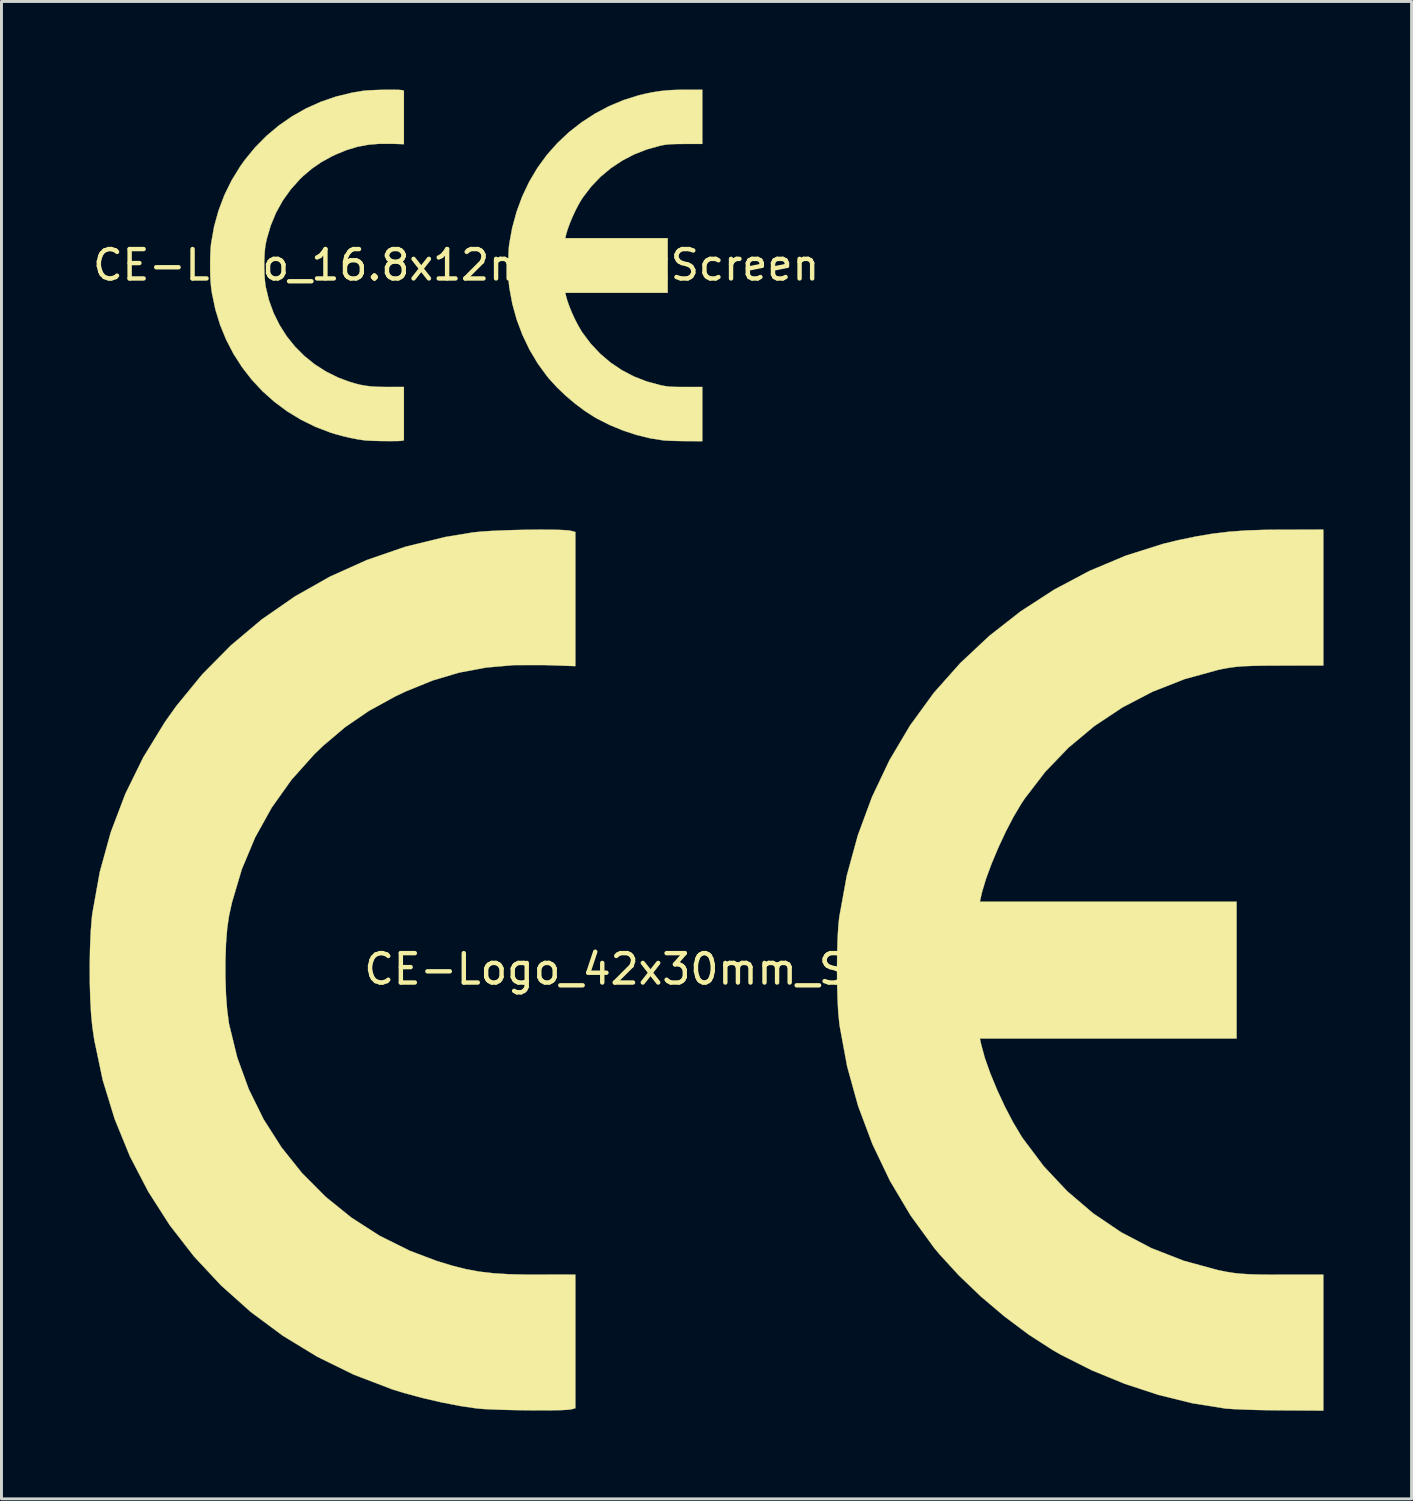
<source format=kicad_pcb>
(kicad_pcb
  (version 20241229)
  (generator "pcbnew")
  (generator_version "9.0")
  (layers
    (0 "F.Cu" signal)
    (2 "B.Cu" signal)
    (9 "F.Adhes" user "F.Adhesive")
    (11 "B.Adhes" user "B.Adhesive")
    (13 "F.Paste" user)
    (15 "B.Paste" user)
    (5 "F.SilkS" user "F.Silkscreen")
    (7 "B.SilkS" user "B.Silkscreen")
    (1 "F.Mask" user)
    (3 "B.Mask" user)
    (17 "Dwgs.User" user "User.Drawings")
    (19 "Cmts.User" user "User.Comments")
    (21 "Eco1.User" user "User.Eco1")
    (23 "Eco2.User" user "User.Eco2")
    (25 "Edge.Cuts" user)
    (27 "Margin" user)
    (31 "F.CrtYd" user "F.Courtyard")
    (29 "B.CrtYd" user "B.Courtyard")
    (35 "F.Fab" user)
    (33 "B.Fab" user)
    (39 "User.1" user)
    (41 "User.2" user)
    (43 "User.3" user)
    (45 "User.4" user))
  (footprint "CE-Logo_16.8x12mm_SilkScreen"
    (layer "F.Cu")
    (at 12.482 5.975)
    (property "Reference" "CE-Logo_16.8x12mm_SilkScreen" (at 0 0 0) (layer "F.SilkS") (effects (font (size 1 1) (thickness 0.15))))
    (attr exclude_from_pos_files exclude_from_bom)
    (fp_poly (pts (xy -2.1 -5.969) (xy -1.972 -5.966) (xy -1.88 -5.96) (xy -1.84 -5.954) (xy -1.781 -5.938) (xy -1.781 -4.116) (xy -2.195 -4.13) (xy -2.611 -4.13) (xy -2.995 -4.097) (xy -3.36 -4.028) (xy -3.718 -3.921) (xy -4.079 -3.775) (xy -4.229 -3.704) (xy -4.586 -3.508) (xy -4.908 -3.287) (xy -5.21 -3.032) (xy -5.327 -2.918) (xy -5.637 -2.571) (xy -5.906 -2.194) (xy -6.131 -1.789) (xy -6.311 -1.357) (xy -6.446 -0.903) (xy -6.486 -0.72) (xy -6.51 -0.554) (xy -6.526 -0.35) (xy -6.534 -0.123) (xy -6.534 0.113) (xy -6.526 0.344) (xy -6.51 0.555) (xy -6.487 0.733) (xy -6.484 0.746) (xy -6.374 1.199) (xy -6.217 1.631) (xy -6.015 2.039) (xy -5.773 2.421) (xy -5.491 2.773) (xy -5.173 3.092) (xy -4.821 3.376) (xy -4.438 3.622) (xy -4.027 3.827) (xy -3.663 3.964) (xy -3.459 4.026) (xy -3.272 4.074) (xy -3.088 4.108) (xy -2.896 4.131) (xy -2.682 4.144) (xy -2.433 4.149) (xy -2.324 4.15) (xy -1.781 4.149) (xy -1.781 5.964) (xy -1.84 5.98) (xy -1.89 5.986) (xy -1.983 5.99) (xy -2.109 5.992) (xy -2.259 5.993) (xy -2.422 5.992) (xy -2.591 5.99) (xy -2.753 5.986) (xy -2.902 5.981) (xy -3.025 5.975) (xy -3.115 5.968) (xy -3.116 5.967) (xy -3.34 5.935) (xy -3.592 5.886) (xy -3.855 5.825) (xy -4.107 5.757) (xy -4.268 5.708) (xy -4.791 5.508) (xy -5.287 5.264) (xy -5.754 4.98) (xy -6.19 4.656) (xy -6.593 4.297) (xy -6.96 3.903) (xy -7.29 3.478) (xy -7.581 3.024) (xy -7.831 2.543) (xy -8.038 2.037) (xy -8.2 1.509) (xy -8.315 0.961) (xy -8.341 0.786) (xy -8.358 0.618) (xy -8.37 0.412) (xy -8.376 0.182) (xy -8.377 -0.058) (xy -8.373 -0.293) (xy -8.364 -0.511) (xy -8.349 -0.696) (xy -8.341 -0.759) (xy -8.241 -1.319) (xy -8.091 -1.859) (xy -7.894 -2.38) (xy -7.649 -2.879) (xy -7.357 -3.355) (xy -7.201 -3.574) (xy -6.848 -4.005) (xy -6.46 -4.398) (xy -6.04 -4.751) (xy -5.59 -5.063) (xy -5.113 -5.333) (xy -4.612 -5.558) (xy -4.089 -5.738) (xy -3.547 -5.87) (xy -3.169 -5.933) (xy -3.065 -5.943) (xy -2.929 -5.952) (xy -2.77 -5.959) (xy -2.598 -5.965) (xy -2.422 -5.969) (xy -2.253 -5.97) (xy -2.1 -5.969)) (stroke (width 0.01) (type solid)) (fill yes) (layer "F.SilkS"))
    (fp_poly (pts (xy 8.379 -4.124) (xy 7.797 -4.124) (xy 7.595 -4.123) (xy 7.435 -4.12) (xy 7.308 -4.115) (xy 7.202 -4.107) (xy 7.108 -4.095) (xy 7.016 -4.079) (xy 6.948 -4.065) (xy 6.493 -3.939) (xy 6.059 -3.769) (xy 5.65 -3.555) (xy 5.268 -3.301) (xy 4.917 -3.008) (xy 4.601 -2.679) (xy 4.323 -2.317) (xy 4.275 -2.244) (xy 4.172 -2.072) (xy 4.067 -1.871) (xy 3.966 -1.655) (xy 3.875 -1.438) (xy 3.799 -1.232) (xy 3.745 -1.052) (xy 3.733 -1.002) (xy 3.714 -0.916) (xy 7.201 -0.916) (xy 7.201 0.943) (xy 3.714 0.943) (xy 3.733 1.028) (xy 3.782 1.209) (xy 3.857 1.418) (xy 3.949 1.643) (xy 4.054 1.868) (xy 4.166 2.081) (xy 4.277 2.268) (xy 4.296 2.297) (xy 4.581 2.676) (xy 4.9 3.016) (xy 5.251 3.316) (xy 5.634 3.574) (xy 6.044 3.79) (xy 6.482 3.961) (xy 6.944 4.087) (xy 6.955 4.089) (xy 7.06 4.11) (xy 7.155 4.126) (xy 7.254 4.137) (xy 7.365 4.144) (xy 7.5 4.148) (xy 7.67 4.15) (xy 7.81 4.15) (xy 8.379 4.15) (xy 8.379 5.996) (xy 7.81 5.993) (xy 7.628 5.991) (xy 7.45 5.987) (xy 7.288 5.982) (xy 7.154 5.976) (xy 7.058 5.969) (xy 7.044 5.967) (xy 6.598 5.896) (xy 6.139 5.783) (xy 5.68 5.632) (xy 5.233 5.448) (xy 4.811 5.236) (xy 4.7 5.172) (xy 4.377 4.964) (xy 4.048 4.718) (xy 3.728 4.447) (xy 3.429 4.161) (xy 3.164 3.871) (xy 3.092 3.784) (xy 2.772 3.345) (xy 2.493 2.875) (xy 2.255 2.377) (xy 2.06 1.858) (xy 1.911 1.32) (xy 1.809 0.77) (xy 1.804 0.733) (xy 1.791 0.591) (xy 1.781 0.412) (xy 1.775 0.208) (xy 1.773 -0.008) (xy 1.776 -0.222) (xy 1.782 -0.421) (xy 1.792 -0.592) (xy 1.804 -0.707) (xy 1.907 -1.271) (xy 2.056 -1.816) (xy 2.249 -2.34) (xy 2.486 -2.839) (xy 2.765 -3.309) (xy 3.085 -3.748) (xy 3.092 -3.757) (xy 3.449 -4.158) (xy 3.843 -4.528) (xy 4.269 -4.861) (xy 4.724 -5.156) (xy 5.201 -5.409) (xy 5.696 -5.617) (xy 6.204 -5.777) (xy 6.403 -5.826) (xy 6.648 -5.877) (xy 6.876 -5.915) (xy 7.101 -5.942) (xy 7.338 -5.959) (xy 7.602 -5.968) (xy 7.823 -5.97) (xy 8.379 -5.97) (xy 8.379 -4.124)) (stroke (width 0.01) (type solid)) (fill yes) (layer "F.SilkS")))
  (footprint "CE-Logo_42x30mm_SilkScreen"
    (layer "F.Cu")
    (at 21.002 29.946)
    (property "Reference" "CE-Logo_42x30mm_SilkScreen" (at 0 0 0) (layer "F.SilkS") (effects (font (size 1 1) (thickness 0.15))))
    (attr exclude_from_pos_files exclude_from_bom)
    (fp_poly (pts (xy -5.263 -14.962) (xy -4.943 -14.953) (xy -4.712 -14.939) (xy -4.611 -14.923) (xy -4.463 -14.883) (xy -4.463 -10.317) (xy -5.503 -10.353) (xy -6.544 -10.352) (xy -7.507 -10.268) (xy -8.422 -10.096) (xy -9.318 -9.829) (xy -10.224 -9.462) (xy -10.6 -9.283) (xy -11.495 -8.791) (xy -12.302 -8.239) (xy -13.058 -7.599) (xy -13.353 -7.314) (xy -14.13 -6.445) (xy -14.802 -5.499) (xy -15.366 -4.483) (xy -15.819 -3.402) (xy -16.156 -2.264) (xy -16.256 -1.805) (xy -16.317 -1.388) (xy -16.357 -0.877) (xy -16.377 -0.308) (xy -16.377 0.284) (xy -16.358 0.862) (xy -16.318 1.392) (xy -16.259 1.837) (xy -16.253 1.871) (xy -15.976 3.005) (xy -15.582 4.088) (xy -15.078 5.111) (xy -14.469 6.067) (xy -13.764 6.949) (xy -12.967 7.75) (xy -12.085 8.462) (xy -11.125 9.079) (xy -10.092 9.592) (xy -9.182 9.935) (xy -8.67 10.092) (xy -8.2 10.211) (xy -7.74 10.297) (xy -7.258 10.354) (xy -6.721 10.387) (xy -6.099 10.401) (xy -5.825 10.401) (xy -4.463 10.4) (xy -4.463 14.949) (xy -4.611 14.989) (xy -4.737 15.003) (xy -4.97 15.014) (xy -5.286 15.02) (xy -5.661 15.021) (xy -6.072 15.019) (xy -6.493 15.013) (xy -6.901 15.004) (xy -7.273 14.991) (xy -7.583 14.976) (xy -7.808 14.957) (xy -7.81 14.957) (xy -8.371 14.875) (xy -9.004 14.753) (xy -9.661 14.601) (xy -10.294 14.431) (xy -10.697 14.306) (xy -12.009 13.805) (xy -13.253 13.194) (xy -14.423 12.481) (xy -15.515 11.671) (xy -16.524 10.77) (xy -17.445 9.784) (xy -18.272 8.718) (xy -19.002 7.579) (xy -19.629 6.373) (xy -20.147 5.105) (xy -20.553 3.782) (xy -20.842 2.41) (xy -20.907 1.969) (xy -20.949 1.548) (xy -20.978 1.033) (xy -20.994 0.456) (xy -20.997 -0.144) (xy -20.986 -0.735) (xy -20.963 -1.28) (xy -20.926 -1.744) (xy -20.907 -1.903) (xy -20.655 -3.306) (xy -20.281 -4.661) (xy -19.786 -5.965) (xy -19.172 -7.215) (xy -18.44 -8.409) (xy -18.049 -8.959) (xy -17.165 -10.038) (xy -16.192 -11.022) (xy -15.139 -11.908) (xy -14.011 -12.69) (xy -12.815 -13.366) (xy -11.559 -13.931) (xy -10.248 -14.382) (xy -8.89 -14.714) (xy -7.944 -14.87) (xy -7.683 -14.896) (xy -7.342 -14.919) (xy -6.943 -14.937) (xy -6.511 -14.951) (xy -6.071 -14.96) (xy -5.647 -14.964) (xy -5.263 -14.962)) (stroke (width 0.01) (type solid)) (fill yes) (layer "F.SilkS"))
    (fp_poly (pts (xy 21.003 -12.651) (xy 21.003 -10.337) (xy 19.542 -10.336) (xy 19.036 -10.334) (xy 18.636 -10.327) (xy 18.316 -10.315) (xy 18.051 -10.295) (xy 17.816 -10.265) (xy 17.584 -10.224) (xy 17.416 -10.188) (xy 16.276 -9.874) (xy 15.188 -9.446) (xy 14.16 -8.91) (xy 13.203 -8.273) (xy 12.324 -7.539) (xy 11.532 -6.715) (xy 10.836 -5.808) (xy 10.714 -5.624) (xy 10.457 -5.192) (xy 10.195 -4.689) (xy 9.942 -4.148) (xy 9.713 -3.603) (xy 9.522 -3.088) (xy 9.386 -2.637) (xy 9.356 -2.51) (xy 9.309 -2.297) (xy 18.049 -2.297) (xy 18.049 2.363) (xy 9.309 2.363) (xy 9.356 2.576) (xy 9.48 3.029) (xy 9.666 3.555) (xy 9.899 4.117) (xy 10.162 4.683) (xy 10.441 5.217) (xy 10.721 5.685) (xy 10.768 5.757) (xy 11.481 6.707) (xy 12.281 7.559) (xy 13.162 8.311) (xy 14.12 8.959) (xy 15.15 9.499) (xy 16.247 9.928) (xy 17.405 10.244) (xy 17.434 10.25) (xy 17.694 10.303) (xy 17.935 10.342) (xy 18.181 10.369) (xy 18.46 10.387) (xy 18.799 10.398) (xy 19.224 10.402) (xy 19.575 10.403) (xy 21.003 10.403) (xy 21.003 15.03) (xy 19.575 15.021) (xy 19.119 15.016) (xy 18.674 15.007) (xy 18.268 14.993) (xy 17.931 14.978) (xy 17.69 14.961) (xy 17.655 14.957) (xy 16.537 14.778) (xy 15.387 14.494) (xy 14.236 14.116) (xy 13.116 13.656) (xy 12.058 13.123) (xy 11.781 12.964) (xy 10.97 12.441) (xy 10.147 11.825) (xy 9.344 11.145) (xy 8.595 10.428) (xy 7.931 9.703) (xy 7.749 9.484) (xy 6.949 8.385) (xy 6.248 7.206) (xy 5.651 5.959) (xy 5.163 4.656) (xy 4.79 3.31) (xy 4.535 1.931) (xy 4.523 1.838) (xy 4.488 1.482) (xy 4.464 1.032) (xy 4.449 0.521) (xy 4.445 -0.02) (xy 4.45 -0.556) (xy 4.466 -1.055) (xy 4.492 -1.485) (xy 4.522 -1.772) (xy 4.779 -3.186) (xy 5.153 -4.553) (xy 5.638 -5.865) (xy 6.232 -7.115) (xy 6.931 -8.294) (xy 7.732 -9.395) (xy 7.749 -9.416) (xy 8.644 -10.423) (xy 9.632 -11.348) (xy 10.701 -12.184) (xy 11.84 -12.922) (xy 13.036 -13.557) (xy 14.276 -14.078) (xy 15.55 -14.481) (xy 16.048 -14.602) (xy 16.662 -14.73) (xy 17.234 -14.826) (xy 17.799 -14.894) (xy 18.393 -14.937) (xy 19.055 -14.958) (xy 19.608 -14.963) (xy 21.003 -14.964) (xy 21.003 -12.651)) (stroke (width 0.01) (type solid)) (fill yes) (layer "F.SilkS")))
  (gr_rect
    (start -3 -3)
    (end 45.009 47.981)
    (stroke (width 0.1) (type default))
    (fill no)
    (layer "Edge.Cuts")))
</source>
